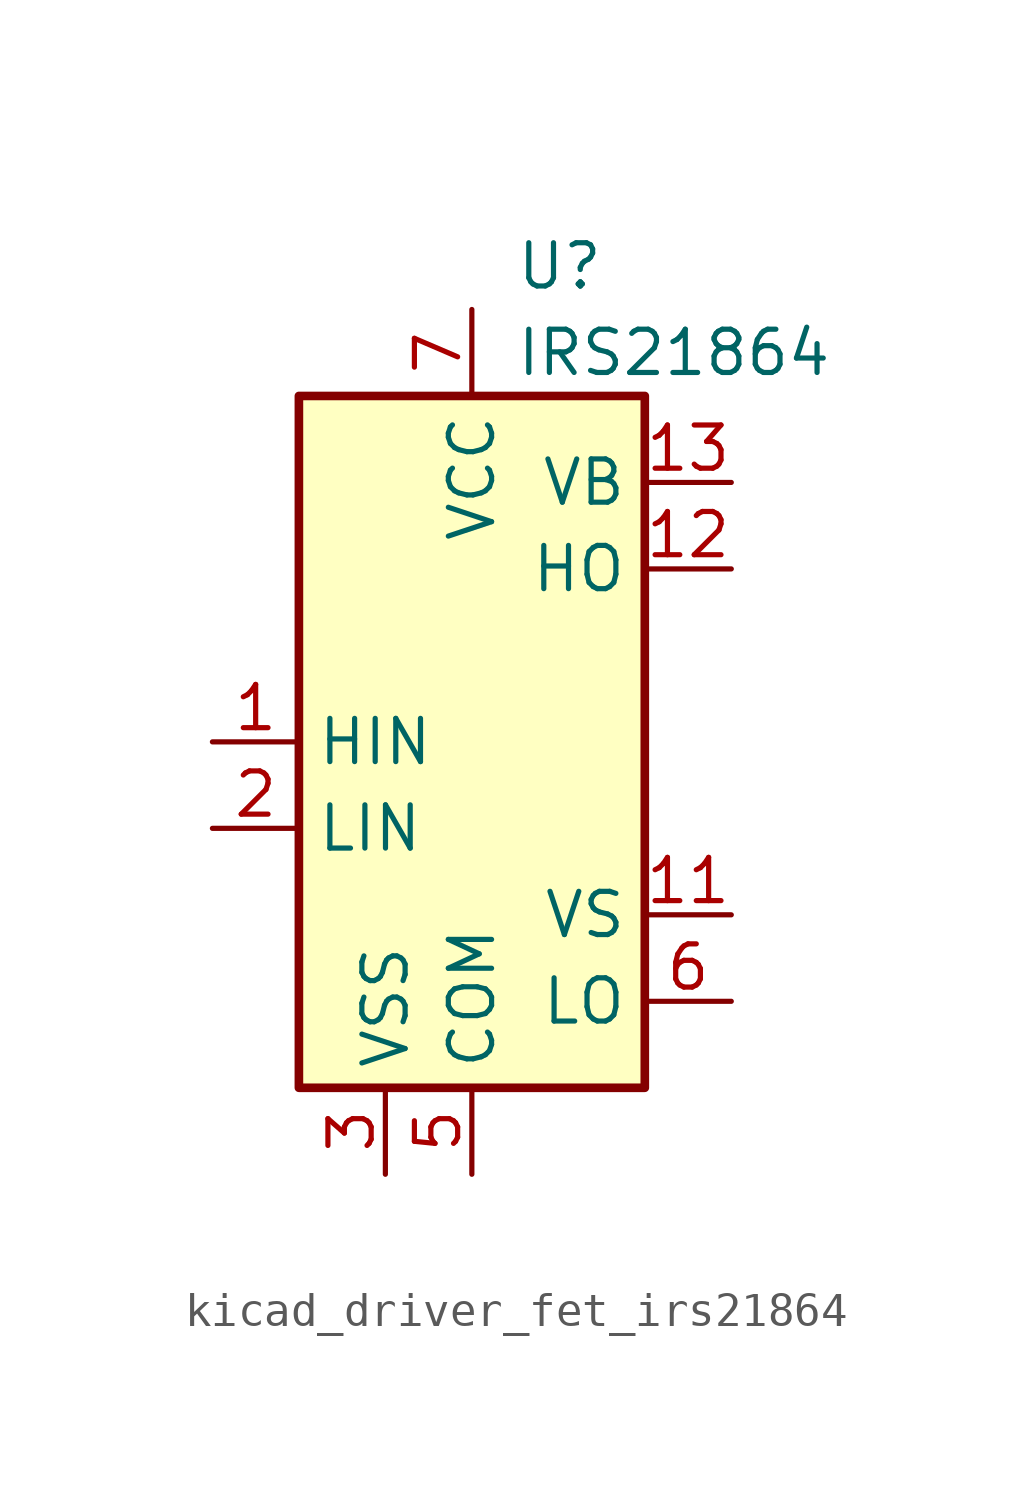
<source format=kicad_sym>
(kicad_symbol_lib
  (version 20220914)
  (generator kicad_symbol_editor)
  (symbol "kicad_driver_fet_irs21864"
    (property "Reference" "U"
      (at 1.27 13.97 0)
      (effects (font (size 1.27 1.27)) (justify left)))
    (property "Value" "IRS21864"
      (at 1.27 11.43 0)
      (effects (font (size 1.27 1.27)) (justify left)))
    (symbol "kicad_driver_fet_irs21864_0_1"
      (rectangle (start -5.08 -10.16) (end 5.08 10.16) (stroke (width 0.254) (type default)) (fill (type background))))
    (symbol "kicad_driver_fet_irs21864_1_1"
      (pin input line (at -7.62 0 0) (length 2.54) (name "HIN" (effects (font (size 1.27 1.27)))) (number "1" (effects (font (size 1.27 1.27)))))
      (pin no_connect line (at 5.08 2.54 180) (length 2.54) hide (name "NC" (effects (font (size 1.27 1.27)))) (number "10" (effects (font (size 1.27 1.27)))))
      (pin passive line (at 7.62 -5.08 180) (length 2.54) (name "VS" (effects (font (size 1.27 1.27)))) (number "11" (effects (font (size 1.27 1.27)))))
      (pin output line (at 7.62 5.08 180) (length 2.54) (name "HO" (effects (font (size 1.27 1.27)))) (number "12" (effects (font (size 1.27 1.27)))))
      (pin passive line (at 7.62 7.62 180) (length 2.54) (name "VB" (effects (font (size 1.27 1.27)))) (number "13" (effects (font (size 1.27 1.27)))))
      (pin no_connect line (at 5.08 0 180) (length 2.54) hide (name "NC" (effects (font (size 1.27 1.27)))) (number "14" (effects (font (size 1.27 1.27)))))
      (pin input line (at -7.62 -2.54 0) (length 2.54) (name "LIN" (effects (font (size 1.27 1.27)))) (number "2" (effects (font (size 1.27 1.27)))))
      (pin power_in line (at -2.54 -12.7 90) (length 2.54) (name "VSS" (effects (font (size 1.27 1.27)))) (number "3" (effects (font (size 1.27 1.27)))))
      (pin no_connect line (at -5.08 7.62 0) (length 2.54) hide (name "NC" (effects (font (size 1.27 1.27)))) (number "4" (effects (font (size 1.27 1.27)))))
      (pin power_in line (at 0 -12.7 90) (length 2.54) (name "COM" (effects (font (size 1.27 1.27)))) (number "5" (effects (font (size 1.27 1.27)))))
      (pin output line (at 7.62 -7.62 180) (length 2.54) (name "LO" (effects (font (size 1.27 1.27)))) (number "6" (effects (font (size 1.27 1.27)))))
      (pin power_in line (at 0 12.7 270) (length 2.54) (name "VCC" (effects (font (size 1.27 1.27)))) (number "7" (effects (font (size 1.27 1.27)))))
      (pin no_connect line (at -5.08 5.08 0) (length 2.54) hide (name "NC" (effects (font (size 1.27 1.27)))) (number "8" (effects (font (size 1.27 1.27)))))
      (pin no_connect line (at -5.08 2.54 0) (length 2.54) hide (name "NC" (effects (font (size 1.27 1.27)))) (number "9" (effects (font (size 1.27 1.27))))))))
</source>
